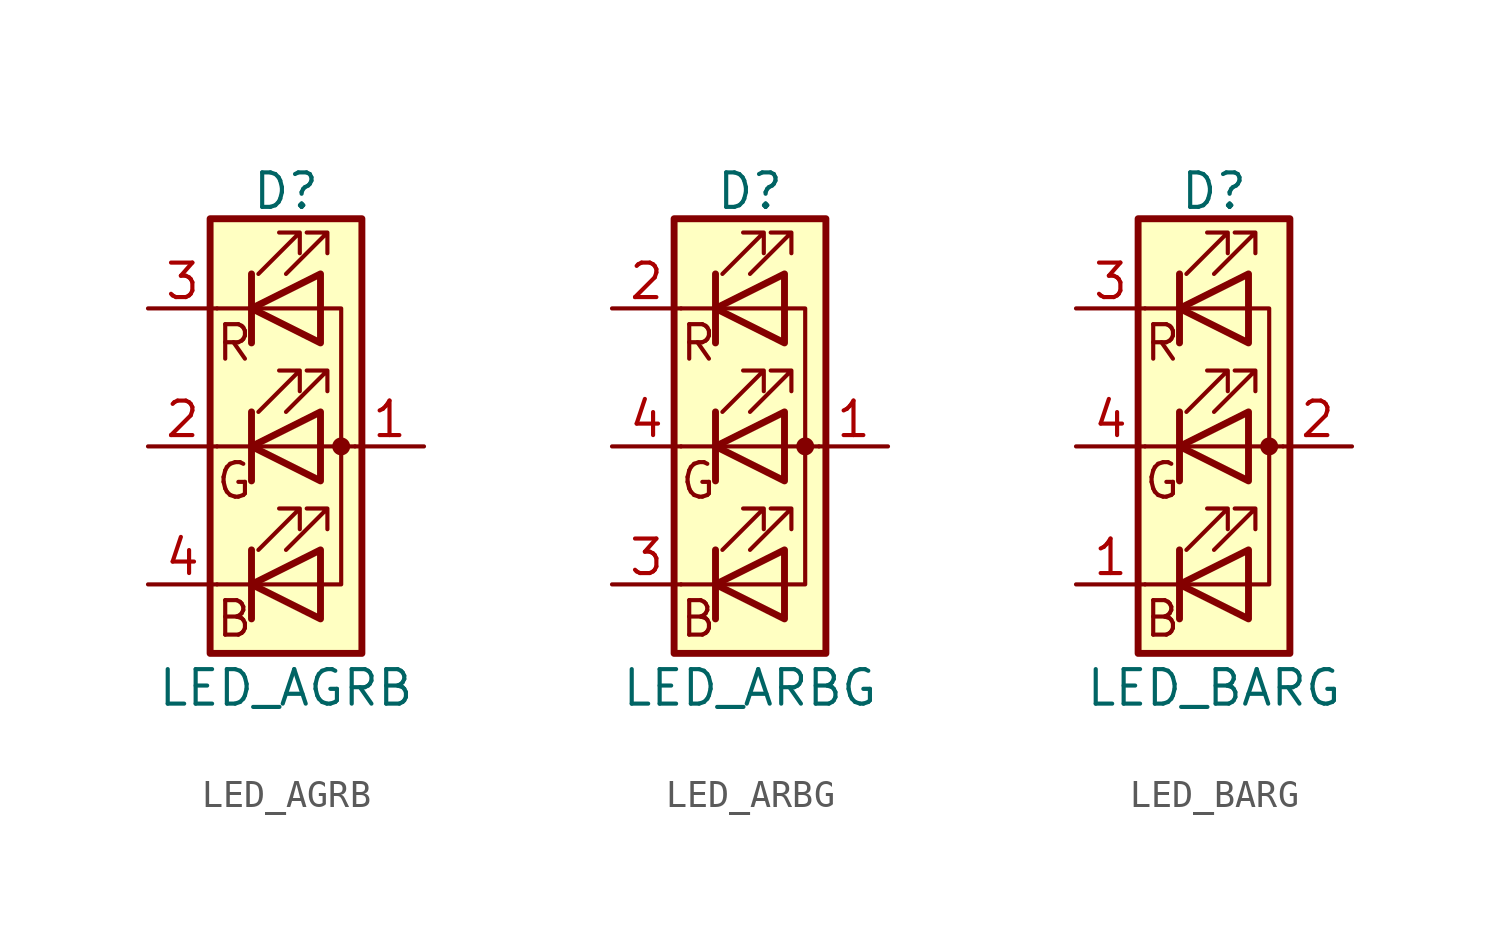
<source format=kicad_sym>
(kicad_symbol_lib
  (version 20211014)
  (generator kicad_symbol_editor)
  (symbol "LED_AGRB"
    (pin_names
      (offset 0) hide)
    (property "Reference" "D"
      (at 0 9.398 0)
      (effects (font (size 1.27 1.27))))
    (property "Value" "LED_AGRB"
      (at 0 -8.89 0)
      (effects (font (size 1.27 1.27))))
    (symbol "LED_AGRB_0_0"
      (text "B" (at -1.905 -6.35 0) (effects (font (size 1.27 1.27))))
      (text "G" (at -1.905 -1.27 0) (effects (font (size 1.27 1.27))))
      (text "R" (at -1.905 3.81 0) (effects (font (size 1.27 1.27)))))
    (symbol "LED_AGRB_0_1"
      (polyline (pts (xy -1.27 -5.08) (xy -2.54 -5.08)) (stroke (width 0) (type default) (color 0 0 0 0)) (fill (type none)))
      (polyline (pts (xy -1.27 -5.08) (xy 1.27 -5.08)) (stroke (width 0) (type default) (color 0 0 0 0)) (fill (type none)))
      (polyline (pts (xy -1.27 -3.81) (xy -1.27 -6.35)) (stroke (width 0.254) (type default) (color 0 0 0 0)) (fill (type none)))
      (polyline (pts (xy -1.27 0) (xy -2.54 0)) (stroke (width 0) (type default) (color 0 0 0 0)) (fill (type none)))
      (polyline (pts (xy -1.27 1.27) (xy -1.27 -1.27)) (stroke (width 0.254) (type default) (color 0 0 0 0)) (fill (type none)))
      (polyline (pts (xy -1.27 5.08) (xy -2.54 5.08)) (stroke (width 0) (type default) (color 0 0 0 0)) (fill (type none)))
      (polyline (pts (xy -1.27 5.08) (xy 1.27 5.08)) (stroke (width 0) (type default) (color 0 0 0 0)) (fill (type none)))
      (polyline (pts (xy -1.27 6.35) (xy -1.27 3.81)) (stroke (width 0.254) (type default) (color 0 0 0 0)) (fill (type none)))
      (polyline (pts (xy 1.27 0) (xy -1.27 0)) (stroke (width 0) (type default) (color 0 0 0 0)) (fill (type none)))
      (polyline (pts (xy 1.27 0) (xy 2.54 0)) (stroke (width 0) (type default) (color 0 0 0 0)) (fill (type none)))
      (polyline (pts (xy -1.27 1.27) (xy -1.27 -1.27) (xy -1.27 -1.27)) (stroke (width 0) (type default) (color 0 0 0 0)) (fill (type none)))
      (polyline (pts (xy -1.27 6.35) (xy -1.27 3.81) (xy -1.27 3.81)) (stroke (width 0) (type default) (color 0 0 0 0)) (fill (type none)))
      (polyline (pts (xy 1.27 -5.08) (xy 2.032 -5.08) (xy 2.032 5.08) (xy 1.27 5.08)) (stroke (width 0) (type default) (color 0 0 0 0)) (fill (type none)))
      (polyline (pts (xy 1.27 -3.81) (xy 1.27 -6.35) (xy -1.27 -5.08) (xy 1.27 -3.81)) (stroke (width 0.254) (type default) (color 0 0 0 0)) (fill (type none)))
      (polyline (pts (xy 1.27 1.27) (xy 1.27 -1.27) (xy -1.27 0) (xy 1.27 1.27)) (stroke (width 0.254) (type default) (color 0 0 0 0)) (fill (type none)))
      (polyline (pts (xy 1.27 6.35) (xy 1.27 3.81) (xy -1.27 5.08) (xy 1.27 6.35)) (stroke (width 0.254) (type default) (color 0 0 0 0)) (fill (type none)))
      (polyline (pts (xy -1.016 -3.81) (xy 0.508 -2.286) (xy -0.254 -2.286) (xy 0.508 -2.286) (xy 0.508 -3.048)) (stroke (width 0) (type default) (color 0 0 0 0)) (fill (type none)))
      (polyline (pts (xy -1.016 1.27) (xy 0.508 2.794) (xy -0.254 2.794) (xy 0.508 2.794) (xy 0.508 2.032)) (stroke (width 0) (type default) (color 0 0 0 0)) (fill (type none)))
      (polyline (pts (xy -1.016 6.35) (xy 0.508 7.874) (xy -0.254 7.874) (xy 0.508 7.874) (xy 0.508 7.112)) (stroke (width 0) (type default) (color 0 0 0 0)) (fill (type none)))
      (polyline (pts (xy 0 -3.81) (xy 1.524 -2.286) (xy 0.762 -2.286) (xy 1.524 -2.286) (xy 1.524 -3.048)) (stroke (width 0) (type default) (color 0 0 0 0)) (fill (type none)))
      (polyline (pts (xy 0 1.27) (xy 1.524 2.794) (xy 0.762 2.794) (xy 1.524 2.794) (xy 1.524 2.032)) (stroke (width 0) (type default) (color 0 0 0 0)) (fill (type none)))
      (polyline (pts (xy 0 6.35) (xy 1.524 7.874) (xy 0.762 7.874) (xy 1.524 7.874) (xy 1.524 7.112)) (stroke (width 0) (type default) (color 0 0 0 0)) (fill (type none)))
      (rectangle (start 1.27 -1.27) (end 1.27 1.27) (stroke (width 0) (type default) (color 0 0 0 0)) (fill (type none)))
      (rectangle (start 1.27 1.27) (end 1.27 1.27) (stroke (width 0) (type default) (color 0 0 0 0)) (fill (type none)))
      (rectangle (start 1.27 3.81) (end 1.27 6.35) (stroke (width 0) (type default) (color 0 0 0 0)) (fill (type none)))
      (rectangle (start 1.27 6.35) (end 1.27 6.35) (stroke (width 0) (type default) (color 0 0 0 0)) (fill (type none)))
      (circle (center 2.032 0) (radius 0.254) (stroke (width 0) (type default) (color 0 0 0 0)) (fill (type outline)))
      (rectangle (start 2.794 8.382) (end -2.794 -7.62) (stroke (width 0.254) (type default) (color 0 0 0 0)) (fill (type background))))
    (symbol "LED_AGRB_1_1"
      (pin passive line (at 5.08 0 180) (length 2.54) (name "A" (effects (font (size 1.27 1.27)))) (number "1" (effects (font (size 1.27 1.27)))))
      (pin passive line (at -5.08 0 0) (length 2.54) (name "GK" (effects (font (size 1.27 1.27)))) (number "2" (effects (font (size 1.27 1.27)))))
      (pin passive line (at -5.08 5.08 0) (length 2.54) (name "RK" (effects (font (size 1.27 1.27)))) (number "3" (effects (font (size 1.27 1.27)))))
      (pin passive line (at -5.08 -5.08 0) (length 2.54) (name "BK" (effects (font (size 1.27 1.27)))) (number "4" (effects (font (size 1.27 1.27)))))))
  (symbol "LED_ARBG"
    (pin_names
      (offset 0) hide)
    (property "Reference" "D"
      (at 0 9.398 0)
      (effects (font (size 1.27 1.27))))
    (property "Value" "LED_ARBG"
      (at 0 -8.89 0)
      (effects (font (size 1.27 1.27))))
    (symbol "LED_ARBG_0_0"
      (text "B" (at -1.905 -6.35 0) (effects (font (size 1.27 1.27))))
      (text "G" (at -1.905 -1.27 0) (effects (font (size 1.27 1.27))))
      (text "R" (at -1.905 3.81 0) (effects (font (size 1.27 1.27)))))
    (symbol "LED_ARBG_0_1"
      (polyline (pts (xy -1.27 -5.08) (xy -2.54 -5.08)) (stroke (width 0) (type default) (color 0 0 0 0)) (fill (type none)))
      (polyline (pts (xy -1.27 -5.08) (xy 1.27 -5.08)) (stroke (width 0) (type default) (color 0 0 0 0)) (fill (type none)))
      (polyline (pts (xy -1.27 -3.81) (xy -1.27 -6.35)) (stroke (width 0.254) (type default) (color 0 0 0 0)) (fill (type none)))
      (polyline (pts (xy -1.27 0) (xy -2.54 0)) (stroke (width 0) (type default) (color 0 0 0 0)) (fill (type none)))
      (polyline (pts (xy -1.27 1.27) (xy -1.27 -1.27)) (stroke (width 0.254) (type default) (color 0 0 0 0)) (fill (type none)))
      (polyline (pts (xy -1.27 5.08) (xy -2.54 5.08)) (stroke (width 0) (type default) (color 0 0 0 0)) (fill (type none)))
      (polyline (pts (xy -1.27 5.08) (xy 1.27 5.08)) (stroke (width 0) (type default) (color 0 0 0 0)) (fill (type none)))
      (polyline (pts (xy -1.27 6.35) (xy -1.27 3.81)) (stroke (width 0.254) (type default) (color 0 0 0 0)) (fill (type none)))
      (polyline (pts (xy 1.27 0) (xy -1.27 0)) (stroke (width 0) (type default) (color 0 0 0 0)) (fill (type none)))
      (polyline (pts (xy 1.27 0) (xy 2.54 0)) (stroke (width 0) (type default) (color 0 0 0 0)) (fill (type none)))
      (polyline (pts (xy -1.27 1.27) (xy -1.27 -1.27) (xy -1.27 -1.27)) (stroke (width 0) (type default) (color 0 0 0 0)) (fill (type none)))
      (polyline (pts (xy -1.27 6.35) (xy -1.27 3.81) (xy -1.27 3.81)) (stroke (width 0) (type default) (color 0 0 0 0)) (fill (type none)))
      (polyline (pts (xy 1.27 -5.08) (xy 2.032 -5.08) (xy 2.032 5.08) (xy 1.27 5.08)) (stroke (width 0) (type default) (color 0 0 0 0)) (fill (type none)))
      (polyline (pts (xy 1.27 -3.81) (xy 1.27 -6.35) (xy -1.27 -5.08) (xy 1.27 -3.81)) (stroke (width 0.254) (type default) (color 0 0 0 0)) (fill (type none)))
      (polyline (pts (xy 1.27 1.27) (xy 1.27 -1.27) (xy -1.27 0) (xy 1.27 1.27)) (stroke (width 0.254) (type default) (color 0 0 0 0)) (fill (type none)))
      (polyline (pts (xy 1.27 6.35) (xy 1.27 3.81) (xy -1.27 5.08) (xy 1.27 6.35)) (stroke (width 0.254) (type default) (color 0 0 0 0)) (fill (type none)))
      (polyline (pts (xy -1.016 -3.81) (xy 0.508 -2.286) (xy -0.254 -2.286) (xy 0.508 -2.286) (xy 0.508 -3.048)) (stroke (width 0) (type default) (color 0 0 0 0)) (fill (type none)))
      (polyline (pts (xy -1.016 1.27) (xy 0.508 2.794) (xy -0.254 2.794) (xy 0.508 2.794) (xy 0.508 2.032)) (stroke (width 0) (type default) (color 0 0 0 0)) (fill (type none)))
      (polyline (pts (xy -1.016 6.35) (xy 0.508 7.874) (xy -0.254 7.874) (xy 0.508 7.874) (xy 0.508 7.112)) (stroke (width 0) (type default) (color 0 0 0 0)) (fill (type none)))
      (polyline (pts (xy 0 -3.81) (xy 1.524 -2.286) (xy 0.762 -2.286) (xy 1.524 -2.286) (xy 1.524 -3.048)) (stroke (width 0) (type default) (color 0 0 0 0)) (fill (type none)))
      (polyline (pts (xy 0 1.27) (xy 1.524 2.794) (xy 0.762 2.794) (xy 1.524 2.794) (xy 1.524 2.032)) (stroke (width 0) (type default) (color 0 0 0 0)) (fill (type none)))
      (polyline (pts (xy 0 6.35) (xy 1.524 7.874) (xy 0.762 7.874) (xy 1.524 7.874) (xy 1.524 7.112)) (stroke (width 0) (type default) (color 0 0 0 0)) (fill (type none)))
      (rectangle (start 1.27 -1.27) (end 1.27 1.27) (stroke (width 0) (type default) (color 0 0 0 0)) (fill (type none)))
      (rectangle (start 1.27 1.27) (end 1.27 1.27) (stroke (width 0) (type default) (color 0 0 0 0)) (fill (type none)))
      (rectangle (start 1.27 3.81) (end 1.27 6.35) (stroke (width 0) (type default) (color 0 0 0 0)) (fill (type none)))
      (rectangle (start 1.27 6.35) (end 1.27 6.35) (stroke (width 0) (type default) (color 0 0 0 0)) (fill (type none)))
      (circle (center 2.032 0) (radius 0.254) (stroke (width 0) (type default) (color 0 0 0 0)) (fill (type outline)))
      (rectangle (start 2.794 8.382) (end -2.794 -7.62) (stroke (width 0.254) (type default) (color 0 0 0 0)) (fill (type background))))
    (symbol "LED_ARBG_1_1"
      (pin passive line (at 5.08 0 180) (length 2.54) (name "A" (effects (font (size 1.27 1.27)))) (number "1" (effects (font (size 1.27 1.27)))))
      (pin passive line (at -5.08 5.08 0) (length 2.54) (name "RK" (effects (font (size 1.27 1.27)))) (number "2" (effects (font (size 1.27 1.27)))))
      (pin passive line (at -5.08 -5.08 0) (length 2.54) (name "BK" (effects (font (size 1.27 1.27)))) (number "3" (effects (font (size 1.27 1.27)))))
      (pin passive line (at -5.08 0 0) (length 2.54) (name "GK" (effects (font (size 1.27 1.27)))) (number "4" (effects (font (size 1.27 1.27)))))))
  (symbol "LED_BARG"
    (pin_names
      (offset 0) hide)
    (property "Reference" "D"
      (at 0 9.398 0)
      (effects (font (size 1.27 1.27))))
    (property "Value" "LED_BARG"
      (at 0 -8.89 0)
      (effects (font (size 1.27 1.27))))
    (symbol "LED_BARG_0_0"
      (text "B" (at -1.905 -6.35 0) (effects (font (size 1.27 1.27))))
      (text "G" (at -1.905 -1.27 0) (effects (font (size 1.27 1.27))))
      (text "R" (at -1.905 3.81 0) (effects (font (size 1.27 1.27)))))
    (symbol "LED_BARG_0_1"
      (polyline (pts (xy -1.27 -5.08) (xy -2.54 -5.08)) (stroke (width 0) (type default) (color 0 0 0 0)) (fill (type none)))
      (polyline (pts (xy -1.27 -5.08) (xy 1.27 -5.08)) (stroke (width 0) (type default) (color 0 0 0 0)) (fill (type none)))
      (polyline (pts (xy -1.27 -3.81) (xy -1.27 -6.35)) (stroke (width 0.254) (type default) (color 0 0 0 0)) (fill (type none)))
      (polyline (pts (xy -1.27 0) (xy -2.54 0)) (stroke (width 0) (type default) (color 0 0 0 0)) (fill (type none)))
      (polyline (pts (xy -1.27 1.27) (xy -1.27 -1.27)) (stroke (width 0.254) (type default) (color 0 0 0 0)) (fill (type none)))
      (polyline (pts (xy -1.27 5.08) (xy -2.54 5.08)) (stroke (width 0) (type default) (color 0 0 0 0)) (fill (type none)))
      (polyline (pts (xy -1.27 5.08) (xy 1.27 5.08)) (stroke (width 0) (type default) (color 0 0 0 0)) (fill (type none)))
      (polyline (pts (xy -1.27 6.35) (xy -1.27 3.81)) (stroke (width 0.254) (type default) (color 0 0 0 0)) (fill (type none)))
      (polyline (pts (xy 1.27 0) (xy -1.27 0)) (stroke (width 0) (type default) (color 0 0 0 0)) (fill (type none)))
      (polyline (pts (xy 1.27 0) (xy 2.54 0)) (stroke (width 0) (type default) (color 0 0 0 0)) (fill (type none)))
      (polyline (pts (xy -1.27 1.27) (xy -1.27 -1.27) (xy -1.27 -1.27)) (stroke (width 0) (type default) (color 0 0 0 0)) (fill (type none)))
      (polyline (pts (xy -1.27 6.35) (xy -1.27 3.81) (xy -1.27 3.81)) (stroke (width 0) (type default) (color 0 0 0 0)) (fill (type none)))
      (polyline (pts (xy 1.27 -5.08) (xy 2.032 -5.08) (xy 2.032 5.08) (xy 1.27 5.08)) (stroke (width 0) (type default) (color 0 0 0 0)) (fill (type none)))
      (polyline (pts (xy 1.27 -3.81) (xy 1.27 -6.35) (xy -1.27 -5.08) (xy 1.27 -3.81)) (stroke (width 0.254) (type default) (color 0 0 0 0)) (fill (type none)))
      (polyline (pts (xy 1.27 1.27) (xy 1.27 -1.27) (xy -1.27 0) (xy 1.27 1.27)) (stroke (width 0.254) (type default) (color 0 0 0 0)) (fill (type none)))
      (polyline (pts (xy 1.27 6.35) (xy 1.27 3.81) (xy -1.27 5.08) (xy 1.27 6.35)) (stroke (width 0.254) (type default) (color 0 0 0 0)) (fill (type none)))
      (polyline (pts (xy -1.016 -3.81) (xy 0.508 -2.286) (xy -0.254 -2.286) (xy 0.508 -2.286) (xy 0.508 -3.048)) (stroke (width 0) (type default) (color 0 0 0 0)) (fill (type none)))
      (polyline (pts (xy -1.016 1.27) (xy 0.508 2.794) (xy -0.254 2.794) (xy 0.508 2.794) (xy 0.508 2.032)) (stroke (width 0) (type default) (color 0 0 0 0)) (fill (type none)))
      (polyline (pts (xy -1.016 6.35) (xy 0.508 7.874) (xy -0.254 7.874) (xy 0.508 7.874) (xy 0.508 7.112)) (stroke (width 0) (type default) (color 0 0 0 0)) (fill (type none)))
      (polyline (pts (xy 0 -3.81) (xy 1.524 -2.286) (xy 0.762 -2.286) (xy 1.524 -2.286) (xy 1.524 -3.048)) (stroke (width 0) (type default) (color 0 0 0 0)) (fill (type none)))
      (polyline (pts (xy 0 1.27) (xy 1.524 2.794) (xy 0.762 2.794) (xy 1.524 2.794) (xy 1.524 2.032)) (stroke (width 0) (type default) (color 0 0 0 0)) (fill (type none)))
      (polyline (pts (xy 0 6.35) (xy 1.524 7.874) (xy 0.762 7.874) (xy 1.524 7.874) (xy 1.524 7.112)) (stroke (width 0) (type default) (color 0 0 0 0)) (fill (type none)))
      (rectangle (start 1.27 -1.27) (end 1.27 1.27) (stroke (width 0) (type default) (color 0 0 0 0)) (fill (type none)))
      (rectangle (start 1.27 1.27) (end 1.27 1.27) (stroke (width 0) (type default) (color 0 0 0 0)) (fill (type none)))
      (rectangle (start 1.27 3.81) (end 1.27 6.35) (stroke (width 0) (type default) (color 0 0 0 0)) (fill (type none)))
      (rectangle (start 1.27 6.35) (end 1.27 6.35) (stroke (width 0) (type default) (color 0 0 0 0)) (fill (type none)))
      (circle (center 2.032 0) (radius 0.254) (stroke (width 0) (type default) (color 0 0 0 0)) (fill (type outline)))
      (rectangle (start 2.794 8.382) (end -2.794 -7.62) (stroke (width 0.254) (type default) (color 0 0 0 0)) (fill (type background))))
    (symbol "LED_BARG_1_1"
      (pin passive line (at -5.08 -5.08 0) (length 2.54) (name "BK" (effects (font (size 1.27 1.27)))) (number "1" (effects (font (size 1.27 1.27)))))
      (pin passive line (at 5.08 0 180) (length 2.54) (name "A" (effects (font (size 1.27 1.27)))) (number "2" (effects (font (size 1.27 1.27)))))
      (pin passive line (at -5.08 5.08 0) (length 2.54) (name "RK" (effects (font (size 1.27 1.27)))) (number "3" (effects (font (size 1.27 1.27)))))
      (pin passive line (at -5.08 0 0) (length 2.54) (name "GK" (effects (font (size 1.27 1.27)))) (number "4" (effects (font (size 1.27 1.27))))))))
</source>
